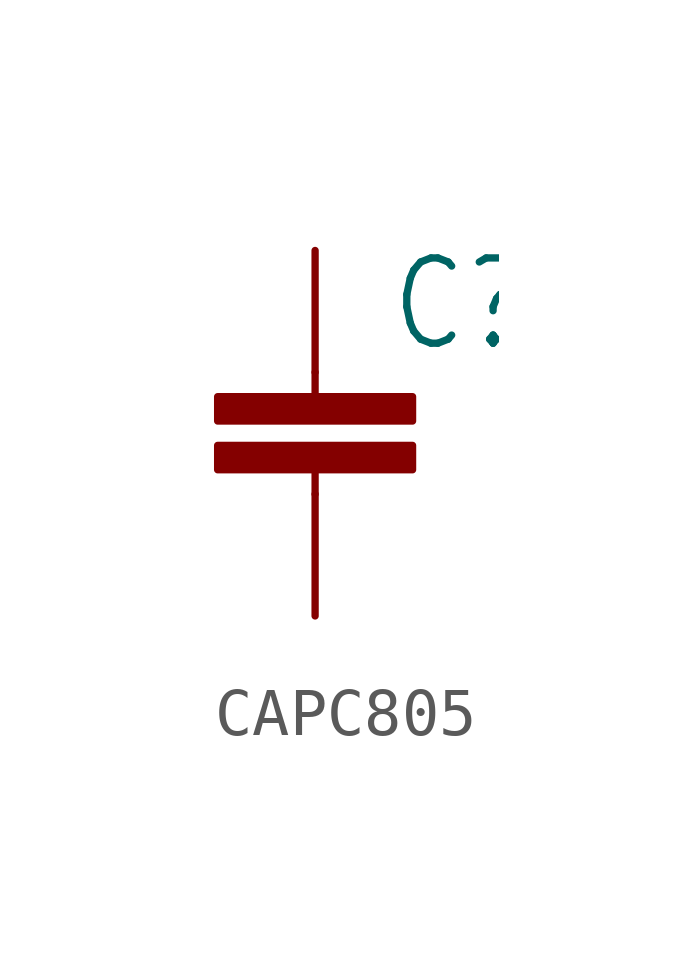
<source format=kicad_sym>
(kicad_symbol_lib
  (version 20220914)
  (generator kicad_symbol_editor)
  (symbol "CAPC805"
    (property "Reference" "C"
      (at 1.524 2.921 0)
      (effects (font (size 1.778 1.511)) (justify left bottom)))
    (property "Value" ""
      (at 1.524 -2.159 0)
      (effects (font (size 1.778 1.511)) (justify left bottom)))
    (property "ki_locked" ""
      (at 0 0 0)
      (effects (font (size 1.27 1.27))))
    (symbol "CAPC805_1_0"
      (rectangle (start -2.032 0.508) (end 2.032 1.016) (stroke (width 0) (type default)) (fill (type outline)))
      (rectangle (start -2.032 1.524) (end 2.032 2.032) (stroke (width 0) (type default)) (fill (type outline)))
      (polyline (pts (xy 0 0) (xy 0 0.508)) (stroke (width 0.152) (type solid)) (fill (type none)))
      (polyline (pts (xy 0 2.54) (xy 0 2.032)) (stroke (width 0.152) (type solid)) (fill (type none)))
      (pin passive line (at 0 5.08 270) (length 2.54) (name "1" (effects (font (size 0 0)))) (number "1" (effects (font (size 0 0)))))
      (pin passive line (at 0 -2.54 90) (length 2.54) (name "2" (effects (font (size 0 0)))) (number "2" (effects (font (size 0 0))))))))
</source>
